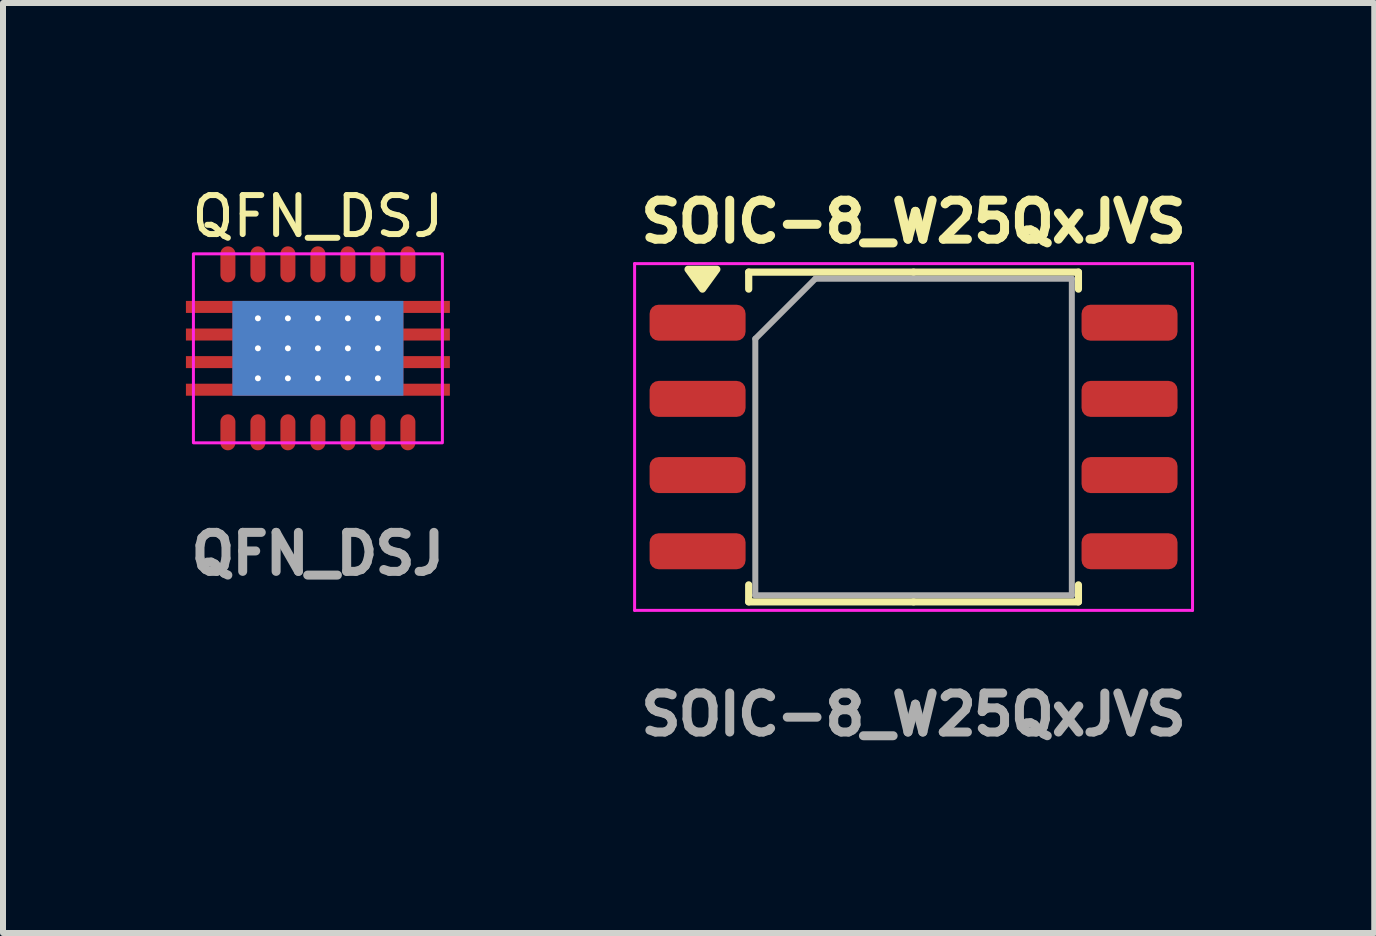
<source format=kicad_pcb>
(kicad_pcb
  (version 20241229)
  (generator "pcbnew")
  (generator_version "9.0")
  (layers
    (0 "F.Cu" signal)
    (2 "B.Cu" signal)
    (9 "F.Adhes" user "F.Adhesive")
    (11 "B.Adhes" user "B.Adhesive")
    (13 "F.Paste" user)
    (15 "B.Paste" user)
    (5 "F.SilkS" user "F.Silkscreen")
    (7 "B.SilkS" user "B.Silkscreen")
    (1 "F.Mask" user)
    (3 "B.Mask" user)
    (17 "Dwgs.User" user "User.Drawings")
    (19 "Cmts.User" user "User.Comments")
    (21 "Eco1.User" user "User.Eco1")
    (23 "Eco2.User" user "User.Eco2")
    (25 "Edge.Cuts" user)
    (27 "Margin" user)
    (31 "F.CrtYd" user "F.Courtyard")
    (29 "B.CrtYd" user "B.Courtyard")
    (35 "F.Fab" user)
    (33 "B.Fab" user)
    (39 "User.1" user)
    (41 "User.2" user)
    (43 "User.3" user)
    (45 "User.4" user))
  (footprint "QFN_DSJ"
    (layer "F.Cu")
    (at 2.249 2.756)
    (property "Reference" "QFN_DSJ" (at 0 -2.2 0) (unlocked yes) (layer "F.SilkS") (effects (font (size 0.65 0.65) (thickness 0.1))))
    (attr smd)
    (fp_poly (pts (xy -1.425 -0.79) (xy -1.425 0.79) (xy 1.425 0.79) (xy 1.425 -0.79)) (stroke (width 0) (type solid)) (fill yes) (layer "B.Cu"))
    (fp_rect (start -2.075 -1.575) (end 2.075 1.575) (stroke (width 0.05) (type default)) (fill no) (layer "F.CrtYd"))
    (fp_text user "${REFERENCE}" (at 0 3.425 0) (unlocked yes) (layer "F.Fab") (effects (font (size 0.65 0.65) (thickness 0.15))))
    (pad "1" smd oval (at -1.5 -1.4) (size 0.25 0.6) (layers "F.Cu" "F.Mask" "F.Paste"))
    (pad "2" smd oval (at -1 -1.4) (size 0.25 0.6) (layers "F.Cu" "F.Mask" "F.Paste"))
    (pad "3" smd oval (at -0.5 -1.4) (size 0.25 0.6) (layers "F.Cu" "F.Mask" "F.Paste"))
    (pad "4" smd oval (at 0 -1.4) (size 0.25 0.6) (layers "F.Cu" "F.Mask" "F.Paste"))
    (pad "5" smd oval (at 0.5 -1.4) (size 0.25 0.6) (layers "F.Cu" "F.Mask" "F.Paste"))
    (pad "6" smd oval (at 1 -1.4) (size 0.25 0.6) (layers "F.Cu" "F.Mask" "F.Paste"))
    (pad "7" smd oval (at 1.5 -1.4) (size 0.25 0.6) (layers "F.Cu" "F.Mask" "F.Paste"))
    (pad "8" smd oval (at 1.5 1.4) (size 0.25 0.6) (layers "F.Cu" "F.Mask" "F.Paste"))
    (pad "9" smd oval (at 1 1.4) (size 0.25 0.6) (layers "F.Cu" "F.Mask" "F.Paste"))
    (pad "10" smd oval (at 0.5 1.4) (size 0.25 0.6) (layers "F.Cu" "F.Mask" "F.Paste"))
    (pad "11" smd oval (at 0 1.4) (size 0.25 0.6) (layers "F.Cu" "F.Mask" "F.Paste"))
    (pad "12" smd oval (at -0.5 1.4) (size 0.25 0.6) (layers "F.Cu" "F.Mask" "F.Paste"))
    (pad "13" smd oval (at -1 1.4) (size 0.25 0.6) (layers "F.Cu" "F.Mask" "F.Paste"))
    (pad "14" smd oval (at -1.5 1.4) (size 0.25 0.6) (layers "F.Cu" "F.Mask" "F.Paste"))
    (pad "15" thru_hole circle (at -1 -0.5) (size 0.2 0.2) (drill 0.1) (layers "*.Cu" "*.Mask"))
    (pad "15" thru_hole circle (at -1 0) (size 0.2 0.2) (drill 0.1) (layers "*.Cu" "*.Mask"))
    (pad "15" thru_hole circle (at -1 0.5) (size 0.2 0.2) (drill 0.1) (layers "*.Cu" "*.Mask"))
    (pad "15" thru_hole circle (at -0.5 -0.5) (size 0.2 0.2) (drill 0.1) (layers "*.Cu" "*.Mask"))
    (pad "15" thru_hole circle (at -0.5 0) (size 0.2 0.2) (drill 0.1) (layers "*.Cu" "*.Mask"))
    (pad "15" thru_hole circle (at -0.5 0.5) (size 0.2 0.2) (drill 0.1) (layers "*.Cu" "*.Mask"))
    (pad "15" thru_hole circle (at 0 -0.5) (size 0.2 0.2) (drill 0.1) (layers "*.Cu" "*.Mask"))
    (pad "15" thru_hole circle (at 0 0) (size 0.2 0.2) (drill 0.1) (layers "*.Cu" "*.Mask"))
    (pad "15" smd custom (at 0 0) (size 2.85 1.58) (layers "F.Cu" "F.Mask" "F.Paste") (options (anchor rect)) (primitives (gr_poly (pts (xy 2.2 -0.79) (xy 2.2 -0.59) (xy 1.35 -0.59) (xy 1.35 -0.33) (xy 2.2 -0.33) (xy 2.2 -0.13) (xy 1.35 -0.13) (xy 1.35 0.13) (xy 2.2 0.13) (xy 2.2 0.33) (xy 1.35 0.33) (xy 1.35 0.59) (xy 2.2 0.59) (xy 2.2 0.79) (xy -2.2 0.79) (xy -2.2 0.59) (xy -1.35 0.59) (xy -1.35 0.33) (xy -2.2 0.33) (xy -2.2 0.13) (xy -1.35 0.13) (xy -1.35 -0.13) (xy -2.2 -0.13) (xy -2.2 -0.33) (xy -1.35 -0.33) (xy -1.35 -0.59) (xy -2.2 -0.59) (xy -2.2 -0.79)) (width 0) (fill yes))))
    (pad "15" thru_hole circle (at 0 0.5) (size 0.2 0.2) (drill 0.1) (layers "*.Cu" "*.Mask"))
    (pad "15" thru_hole circle (at 0.5 -0.5) (size 0.2 0.2) (drill 0.1) (layers "*.Cu" "*.Mask"))
    (pad "15" thru_hole circle (at 0.5 0) (size 0.2 0.2) (drill 0.1) (layers "*.Cu" "*.Mask"))
    (pad "15" thru_hole circle (at 0.5 0.5) (size 0.2 0.2) (drill 0.1) (layers "*.Cu" "*.Mask"))
    (pad "15" thru_hole circle (at 1 -0.5) (size 0.2 0.2) (drill 0.1) (layers "*.Cu" "*.Mask"))
    (pad "15" thru_hole circle (at 1 0) (size 0.2 0.2) (drill 0.1) (layers "*.Cu" "*.Mask"))
    (pad "15" thru_hole circle (at 1 0.5) (size 0.2 0.2) (drill 0.1) (layers "*.Cu" "*.Mask")))
  (footprint "SOIC-8_W25QxJVS"
    (layer "F.Cu")
    (at 12.178 4.234)
    (property "Reference" "SOIC-8_W25QxJVS" (at 0 -3.59 0) (layer "F.SilkS") (effects (font (size 0.65 0.65) (thickness 0.15))))
    (attr smd)
    (fp_line (start -2.748 -2.748) (end -2.748 -2.465) (stroke (width 0.12) (type solid)) (layer "F.SilkS"))
    (fp_line (start -2.748 2.748) (end -2.748 2.465) (stroke (width 0.12) (type solid)) (layer "F.SilkS"))
    (fp_line (start 0 -2.748) (end -2.748 -2.748) (stroke (width 0.12) (type solid)) (layer "F.SilkS"))
    (fp_line (start 0 -2.748) (end 2.748 -2.748) (stroke (width 0.12) (type solid)) (layer "F.SilkS"))
    (fp_line (start 0 2.748) (end -2.748 2.748) (stroke (width 0.12) (type solid)) (layer "F.SilkS"))
    (fp_line (start 0 2.748) (end 2.748 2.748) (stroke (width 0.12) (type solid)) (layer "F.SilkS"))
    (fp_line (start 2.748 -2.748) (end 2.748 -2.465) (stroke (width 0.12) (type solid)) (layer "F.SilkS"))
    (fp_line (start 2.748 2.748) (end 2.748 2.465) (stroke (width 0.12) (type solid)) (layer "F.SilkS"))
    (fp_poly (pts (xy -3.519 -2.465) (xy -3.759 -2.795) (xy -3.279 -2.795) (xy -3.519 -2.465)) (stroke (width 0.12) (type solid)) (fill yes) (layer "F.SilkS"))
    (fp_line (start -4.65 -2.89) (end -4.65 2.89) (stroke (width 0.05) (type solid)) (layer "F.CrtYd"))
    (fp_line (start -4.65 2.89) (end 4.65 2.89) (stroke (width 0.05) (type solid)) (layer "F.CrtYd"))
    (fp_line (start 4.65 -2.89) (end -4.65 -2.89) (stroke (width 0.05) (type solid)) (layer "F.CrtYd"))
    (fp_line (start 4.65 2.89) (end 4.65 -2.89) (stroke (width 0.05) (type solid)) (layer "F.CrtYd"))
    (fp_line (start -2.638 -1.637) (end -1.637 -2.638) (stroke (width 0.1) (type solid)) (layer "F.Fab"))
    (fp_line (start -2.638 2.638) (end -2.638 -1.637) (stroke (width 0.1) (type solid)) (layer "F.Fab"))
    (fp_line (start -1.637 -2.638) (end 2.638 -2.638) (stroke (width 0.1) (type solid)) (layer "F.Fab"))
    (fp_line (start 2.638 -2.638) (end 2.638 2.638) (stroke (width 0.1) (type solid)) (layer "F.Fab"))
    (fp_line (start 2.638 2.638) (end -2.638 2.638) (stroke (width 0.1) (type solid)) (layer "F.Fab"))
    (fp_text user "${REFERENCE}" (at 0 4.625 0) (layer "F.Fab") (effects (font (size 0.65 0.65) (thickness 0.15))))
    (pad "1" smd roundrect (at -3.6 -1.905) (size 1.6 0.6) (layers "F.Cu" "F.Mask" "F.Paste") (roundrect_rratio 0.25))
    (pad "2" smd roundrect (at -3.6 -0.635) (size 1.6 0.6) (layers "F.Cu" "F.Mask" "F.Paste") (roundrect_rratio 0.25))
    (pad "3" smd roundrect (at -3.6 0.635) (size 1.6 0.6) (layers "F.Cu" "F.Mask" "F.Paste") (roundrect_rratio 0.25))
    (pad "4" smd roundrect (at -3.6 1.905) (size 1.6 0.6) (layers "F.Cu" "F.Mask" "F.Paste") (roundrect_rratio 0.25))
    (pad "5" smd roundrect (at 3.6 1.905) (size 1.6 0.6) (layers "F.Cu" "F.Mask" "F.Paste") (roundrect_rratio 0.25))
    (pad "6" smd roundrect (at 3.6 0.635) (size 1.6 0.6) (layers "F.Cu" "F.Mask" "F.Paste") (roundrect_rratio 0.25))
    (pad "7" smd roundrect (at 3.6 -0.635) (size 1.6 0.6) (layers "F.Cu" "F.Mask" "F.Paste") (roundrect_rratio 0.25))
    (pad "8" smd roundrect (at 3.6 -1.905) (size 1.6 0.6) (layers "F.Cu" "F.Mask" "F.Paste") (roundrect_rratio 0.25)))
  (gr_rect
    (start -3 -3)
    (end 19.857 12.502)
    (stroke (width 0.1) (type default))
    (fill no)
    (layer "Edge.Cuts")))
</source>
